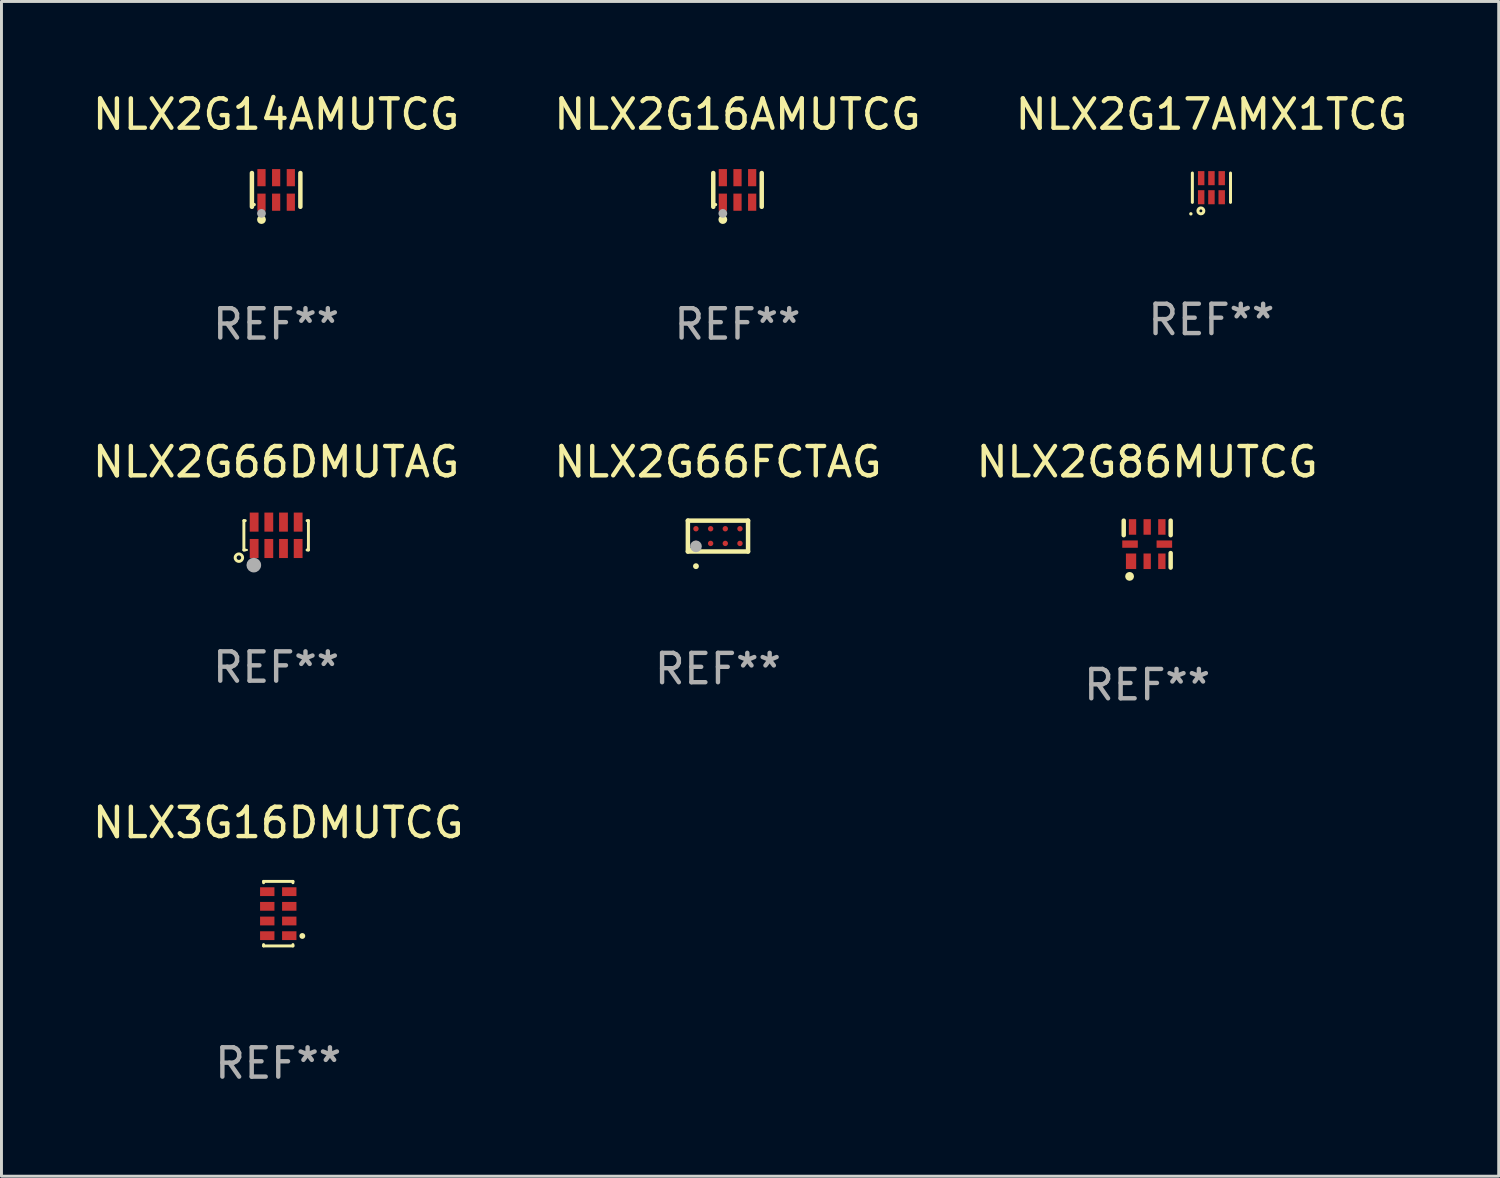
<source format=kicad_pcb>
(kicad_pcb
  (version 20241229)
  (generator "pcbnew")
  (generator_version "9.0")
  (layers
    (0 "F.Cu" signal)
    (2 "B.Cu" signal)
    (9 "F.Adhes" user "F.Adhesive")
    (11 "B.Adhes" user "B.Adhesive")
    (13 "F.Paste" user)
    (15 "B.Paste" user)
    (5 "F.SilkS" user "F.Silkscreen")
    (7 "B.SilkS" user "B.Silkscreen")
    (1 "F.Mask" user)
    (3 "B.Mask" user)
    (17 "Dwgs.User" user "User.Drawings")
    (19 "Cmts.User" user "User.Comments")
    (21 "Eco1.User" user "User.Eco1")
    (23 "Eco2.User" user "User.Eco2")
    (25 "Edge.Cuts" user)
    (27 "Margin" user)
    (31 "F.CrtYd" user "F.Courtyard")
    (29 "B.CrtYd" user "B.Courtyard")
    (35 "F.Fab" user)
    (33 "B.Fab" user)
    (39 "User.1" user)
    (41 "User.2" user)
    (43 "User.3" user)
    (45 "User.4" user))
  (footprint "NLX2G14AMUTCG"
    (layer "F.Cu")
    (at 6.363 3.424)
    (property "Reference" "NLX2G14AMUTCG" (at 0 -2.576 0) (layer "F.SilkS") (effects (font (size 1 1) (thickness 0.15))))
    (attr through_hole)
    (fp_line (start -0.826 0.576) (end -0.826 -0.576) (stroke (width 0.152) (type solid)) (layer "F.SilkS"))
    (fp_line (start 0.826 0.576) (end 0.826 -0.576) (stroke (width 0.152) (type solid)) (layer "F.SilkS"))
    (fp_circle (center -0.75 0.5) (end -0.72 0.5) (stroke (width 0.06) (type solid)) (fill no) (layer "F.SilkS"))
    (fp_circle (center -0.5 1.01) (end -0.425 1.01) (stroke (width 0.15) (type solid)) (fill no) (layer "F.SilkS"))
    (fp_circle (center -0.5 0.8) (end -0.425 0.8) (stroke (width 0.15) (type solid)) (fill no) (layer "F.Fab"))
    (fp_text user "REF**" (at 0 4.576 0) (layer "F.Fab") (effects (font (size 1 1) (thickness 0.15))))
    (pad "1" smd rect (at -0.5 0.418) (size 0.28 0.585) (layers "F.Cu" "F.Mask" "F.Paste"))
    (pad "2" smd rect (at 0 0.418) (size 0.28 0.585) (layers "F.Cu" "F.Mask" "F.Paste"))
    (pad "3" smd rect (at 0.5 0.418) (size 0.28 0.585) (layers "F.Cu" "F.Mask" "F.Paste"))
    (pad "4" smd rect (at 0.5 -0.418) (size 0.28 0.585) (layers "F.Cu" "F.Mask" "F.Paste"))
    (pad "5" smd rect (at 0 -0.418) (size 0.28 0.585) (layers "F.Cu" "F.Mask" "F.Paste"))
    (pad "6" smd rect (at -0.5 -0.418) (size 0.28 0.585) (layers "F.Cu" "F.Mask" "F.Paste")))
  (footprint "NLX2G17AMX1TCG"
    (layer "F.Cu")
    (at 38.244 3.348)
    (property "Reference" "NLX2G17AMX1TCG" (at 0 -2.5 0) (layer "F.SilkS") (effects (font (size 1 1) (thickness 0.15))))
    (attr through_hole)
    (fp_line (start -0.65 -0.5) (end -0.65 0.5) (stroke (width 0.102) (type solid)) (layer "F.SilkS"))
    (fp_line (start 0.65 -0.5) (end 0.65 0.5) (stroke (width 0.102) (type solid)) (layer "F.SilkS"))
    (fp_circle (center -0.701 0.891) (end -0.671 0.891) (stroke (width 0.06) (type solid)) (fill no) (layer "F.SilkS"))
    (fp_circle (center -0.36 0.79) (end -0.31 0.79) (stroke (width 0.102) (type solid)) (fill no) (layer "F.SilkS"))
    (fp_text user "REF**" (at 0 4.5 0) (layer "F.Fab") (effects (font (size 1 1) (thickness 0.15))))
    (pad "1" smd rect (at -0.35 0.325 180) (size 0.22 0.48) (layers "F.Cu" "F.Mask" "F.Paste"))
    (pad "2" smd rect (at 0 0.325 180) (size 0.22 0.48) (layers "F.Cu" "F.Mask" "F.Paste"))
    (pad "3" smd rect (at 0.35 0.325 180) (size 0.22 0.48) (layers "F.Cu" "F.Mask" "F.Paste"))
    (pad "4" smd rect (at 0.35 -0.325 180) (size 0.22 0.48) (layers "F.Cu" "F.Mask" "F.Paste"))
    (pad "5" smd rect (at 0 -0.325 180) (size 0.22 0.48) (layers "F.Cu" "F.Mask" "F.Paste"))
    (pad "6" smd rect (at -0.35 -0.325 180) (size 0.22 0.48) (layers "F.Cu" "F.Mask" "F.Paste")))
  (footprint "NLX2G66FCTAG"
    (layer "F.Cu")
    (at 21.423 15.223)
    (property "Reference" "NLX2G66FCTAG" (at 0 -2.526 0) (layer "F.SilkS") (effects (font (size 1 1) (thickness 0.15))))
    (attr through_hole)
    (fp_line (start -1.026 -0.526) (end 1.026 -0.526) (stroke (width 0.152) (type solid)) (layer "F.SilkS"))
    (fp_line (start -1.026 0.526) (end -1.026 -0.526) (stroke (width 0.152) (type solid)) (layer "F.SilkS"))
    (fp_line (start 1.026 -0.526) (end 1.026 0.526) (stroke (width 0.152) (type solid)) (layer "F.SilkS"))
    (fp_line (start 1.026 0.526) (end -1.026 0.526) (stroke (width 0.152) (type solid)) (layer "F.SilkS"))
    (fp_circle (center -0.95 0.45) (end -0.92 0.45) (stroke (width 0.06) (type solid)) (fill no) (layer "F.SilkS"))
    (fp_circle (center -0.75 1.026) (end -0.7 1.026) (stroke (width 0.1) (type solid)) (fill no) (layer "F.SilkS"))
    (fp_circle (center -0.75 0.35) (end -0.65 0.35) (stroke (width 0.2) (type solid)) (fill no) (layer "F.Fab"))
    (fp_text user "REF**" (at 0 4.526 0) (layer "F.Fab") (effects (font (size 1 1) (thickness 0.15))))
    (pad "A1" smd circle (at -0.75 0.25) (size 0.184 0.184) (layers "F.Cu" "F.Mask" "F.Paste"))
    (pad "A2" smd circle (at -0.75 -0.25) (size 0.184 0.184) (layers "F.Cu" "F.Mask" "F.Paste"))
    (pad "B1" smd circle (at -0.25 0.25) (size 0.184 0.184) (layers "F.Cu" "F.Mask" "F.Paste"))
    (pad "B2" smd circle (at -0.25 -0.25) (size 0.184 0.184) (layers "F.Cu" "F.Mask" "F.Paste"))
    (pad "C1" smd circle (at 0.25 0.25) (size 0.184 0.184) (layers "F.Cu" "F.Mask" "F.Paste"))
    (pad "C2" smd circle (at 0.25 -0.25) (size 0.184 0.184) (layers "F.Cu" "F.Mask" "F.Paste"))
    (pad "D1" smd circle (at 0.75 0.25) (size 0.184 0.184) (layers "F.Cu" "F.Mask" "F.Paste"))
    (pad "D2" smd circle (at 0.75 -0.25) (size 0.184 0.184) (layers "F.Cu" "F.Mask" "F.Paste")))
  (footprint "NLX2G66DMUTAG"
    (layer "F.Cu")
    (at 6.363 15.197)
    (property "Reference" "NLX2G66DMUTAG" (at 0 -2.5 0) (layer "F.SilkS") (effects (font (size 1 1) (thickness 0.15))))
    (attr through_hole)
    (fp_line (start -1.1 -0.5) (end -1.054 -0.5) (stroke (width 0.1) (type solid)) (layer "F.SilkS"))
    (fp_line (start -1.1 0.5) (end -1.1 -0.5) (stroke (width 0.1) (type solid)) (layer "F.SilkS"))
    (fp_line (start -1.1 0.5) (end -1.054 0.5) (stroke (width 0.1) (type solid)) (layer "F.SilkS"))
    (fp_line (start 1.054 0.5) (end 1.1 0.5) (stroke (width 0.1) (type solid)) (layer "F.SilkS"))
    (fp_line (start 1.054 -0.5) (end 1.1 -0.5) (stroke (width 0.1) (type solid)) (layer "F.SilkS"))
    (fp_line (start 1.1 -0.5) (end 1.1 0.5) (stroke (width 0.1) (type solid)) (layer "F.SilkS"))
    (fp_circle (center -1.27 0.762) (end -1.143 0.762) (stroke (width 0.1) (type solid)) (fill no) (layer "F.SilkS"))
    (fp_circle (center -1 0.5) (end -0.98 0.5) (stroke (width 0.04) (type solid)) (fill no) (layer "F.SilkS"))
    (fp_circle (center -0.762 1.016) (end -0.637 1.016) (stroke (width 0.25) (type solid)) (fill no) (layer "F.Fab"))
    (fp_text user "REF**" (at 0 4.5 0) (layer "F.Fab") (effects (font (size 1 1) (thickness 0.15))))
    (pad "1" smd rect (at -0.75 0.45) (size 0.3 0.65) (layers "F.Cu" "F.Mask" "F.Paste"))
    (pad "2" smd rect (at -0.25 0.45) (size 0.3 0.65) (layers "F.Cu" "F.Mask" "F.Paste"))
    (pad "3" smd rect (at 0.25 0.45) (size 0.3 0.65) (layers "F.Cu" "F.Mask" "F.Paste"))
    (pad "4" smd rect (at 0.75 0.45) (size 0.3 0.65) (layers "F.Cu" "F.Mask" "F.Paste"))
    (pad "5" smd rect (at 0.75 -0.45) (size 0.3 0.65) (layers "F.Cu" "F.Mask" "F.Paste"))
    (pad "6" smd rect (at 0.25 -0.45) (size 0.3 0.65) (layers "F.Cu" "F.Mask" "F.Paste"))
    (pad "7" smd rect (at -0.25 -0.45) (size 0.3 0.65) (layers "F.Cu" "F.Mask" "F.Paste"))
    (pad "8" smd rect (at -0.75 -0.45) (size 0.3 0.65) (layers "F.Cu" "F.Mask" "F.Paste")))
  (footprint "NLX2G86MUTCG"
    (layer "F.Cu")
    (at 36.054 15.497)
    (property "Reference" "NLX2G86MUTCG" (at 0 -2.8 0) (layer "F.SilkS") (effects (font (size 1 1) (thickness 0.15))))
    (attr through_hole)
    (fp_line (start -0.8 -0.305) (end -0.8 -0.8) (stroke (width 0.152) (type solid)) (layer "F.SilkS"))
    (fp_line (start 0.8 -0.8) (end 0.8 -0.305) (stroke (width 0.152) (type solid)) (layer "F.SilkS"))
    (fp_line (start 0.8 0.305) (end 0.8 0.8) (stroke (width 0.152) (type solid)) (layer "F.SilkS"))
    (fp_circle (center -0.6 1.1) (end -0.525 1.1) (stroke (width 0.15) (type solid)) (fill no) (layer "F.SilkS"))
    (fp_text user "REF**" (at 0 4.8 0) (layer "F.Fab") (effects (font (size 1 1) (thickness 0.15))))
    (pad "1" smd rect (at -0.55 0.585 90) (size 0.53 0.35) (layers "F.Cu" "F.Mask" "F.Paste"))
    (pad "2" smd rect (at 0 0.585 90) (size 0.53 0.25) (layers "F.Cu" "F.Mask" "F.Paste"))
    (pad "3" smd rect (at 0.5 0.585 90) (size 0.53 0.25) (layers "F.Cu" "F.Mask" "F.Paste"))
    (pad "4" smd rect (at 0.585 0 90) (size 0.25 0.53) (layers "F.Cu" "F.Mask" "F.Paste"))
    (pad "5" smd rect (at 0.5 -0.585 90) (size 0.53 0.25) (layers "F.Cu" "F.Mask" "F.Paste"))
    (pad "6" smd rect (at 0 -0.585 90) (size 0.53 0.25) (layers "F.Cu" "F.Mask" "F.Paste"))
    (pad "7" smd rect (at -0.5 -0.585 90) (size 0.53 0.25) (layers "F.Cu" "F.Mask" "F.Paste"))
    (pad "8" smd rect (at -0.585 0 90) (size 0.25 0.53) (layers "F.Cu" "F.Mask" "F.Paste")))
  (footprint "NLX3G16DMUTCG"
    (layer "F.Cu")
    (at 6.435 28.094)
    (property "Reference" "NLX3G16DMUTCG" (at 0 -3.1 0) (layer "F.SilkS") (effects (font (size 1 1) (thickness 0.15))))
    (attr through_hole)
    (fp_line (start -0.5 -1.1) (end 0.5 -1.1) (stroke (width 0.1) (type solid)) (layer "F.SilkS"))
    (fp_line (start -0.5 -1.054) (end -0.5 -1.1) (stroke (width 0.1) (type solid)) (layer "F.SilkS"))
    (fp_line (start -0.5 1.1) (end -0.5 1.054) (stroke (width 0.1) (type solid)) (layer "F.SilkS"))
    (fp_line (start 0.5 -1.054) (end 0.5 -1.1) (stroke (width 0.1) (type solid)) (layer "F.SilkS"))
    (fp_line (start 0.5 1.1) (end -0.5 1.1) (stroke (width 0.1) (type solid)) (layer "F.SilkS"))
    (fp_line (start 0.5 1.1) (end 0.5 1.054) (stroke (width 0.1) (type solid)) (layer "F.SilkS"))
    (fp_circle (center 0.82 0.76) (end 0.87 0.76) (stroke (width 0.1) (type solid)) (fill no) (layer "F.SilkS"))
    (fp_text user "REF**" (at 0 5.1 0) (layer "F.Fab") (effects (font (size 1 1) (thickness 0.15))))
    (pad "1" smd rect (at 0.375 0.75 90) (size 0.3 0.49) (layers "F.Cu" "F.Mask" "F.Paste"))
    (pad "2" smd rect (at 0.375 0.25 90) (size 0.3 0.49) (layers "F.Cu" "F.Mask" "F.Paste"))
    (pad "3" smd rect (at 0.375 -0.25 90) (size 0.3 0.49) (layers "F.Cu" "F.Mask" "F.Paste"))
    (pad "4" smd rect (at 0.375 -0.75 90) (size 0.3 0.49) (layers "F.Cu" "F.Mask" "F.Paste"))
    (pad "5" smd rect (at -0.375 -0.75 90) (size 0.3 0.49) (layers "F.Cu" "F.Mask" "F.Paste"))
    (pad "6" smd rect (at -0.375 -0.25 90) (size 0.3 0.49) (layers "F.Cu" "F.Mask" "F.Paste"))
    (pad "7" smd rect (at -0.375 0.25 90) (size 0.3 0.49) (layers "F.Cu" "F.Mask" "F.Paste"))
    (pad "8" smd rect (at -0.375 0.75 90) (size 0.3 0.49) (layers "F.Cu" "F.Mask" "F.Paste")))
  (footprint "NLX2G16AMUTCG"
    (layer "F.Cu")
    (at 22.089 3.424)
    (property "Reference" "NLX2G16AMUTCG" (at 0 -2.576 0) (layer "F.SilkS") (effects (font (size 1 1) (thickness 0.15))))
    (attr through_hole)
    (fp_line (start -0.826 0.576) (end -0.826 -0.576) (stroke (width 0.152) (type solid)) (layer "F.SilkS"))
    (fp_line (start 0.826 0.576) (end 0.826 -0.576) (stroke (width 0.152) (type solid)) (layer "F.SilkS"))
    (fp_circle (center -0.75 0.5) (end -0.72 0.5) (stroke (width 0.06) (type solid)) (fill no) (layer "F.SilkS"))
    (fp_circle (center -0.5 1.01) (end -0.425 1.01) (stroke (width 0.15) (type solid)) (fill no) (layer "F.SilkS"))
    (fp_circle (center -0.5 0.8) (end -0.425 0.8) (stroke (width 0.15) (type solid)) (fill no) (layer "F.Fab"))
    (fp_text user "REF**" (at 0 4.576 0) (layer "F.Fab") (effects (font (size 1 1) (thickness 0.15))))
    (pad "1" smd rect (at -0.5 0.418) (size 0.28 0.585) (layers "F.Cu" "F.Mask" "F.Paste"))
    (pad "2" smd rect (at 0 0.418) (size 0.28 0.585) (layers "F.Cu" "F.Mask" "F.Paste"))
    (pad "3" smd rect (at 0.5 0.418) (size 0.28 0.585) (layers "F.Cu" "F.Mask" "F.Paste"))
    (pad "4" smd rect (at 0.5 -0.418) (size 0.28 0.585) (layers "F.Cu" "F.Mask" "F.Paste"))
    (pad "5" smd rect (at 0 -0.418) (size 0.28 0.585) (layers "F.Cu" "F.Mask" "F.Paste"))
    (pad "6" smd rect (at -0.5 -0.418) (size 0.28 0.585) (layers "F.Cu" "F.Mask" "F.Paste")))
  (gr_rect
    (start -3 -3)
    (end 48.036 37.042)
    (stroke (width 0.1) (type default))
    (fill no)
    (layer "Edge.Cuts")))
</source>
